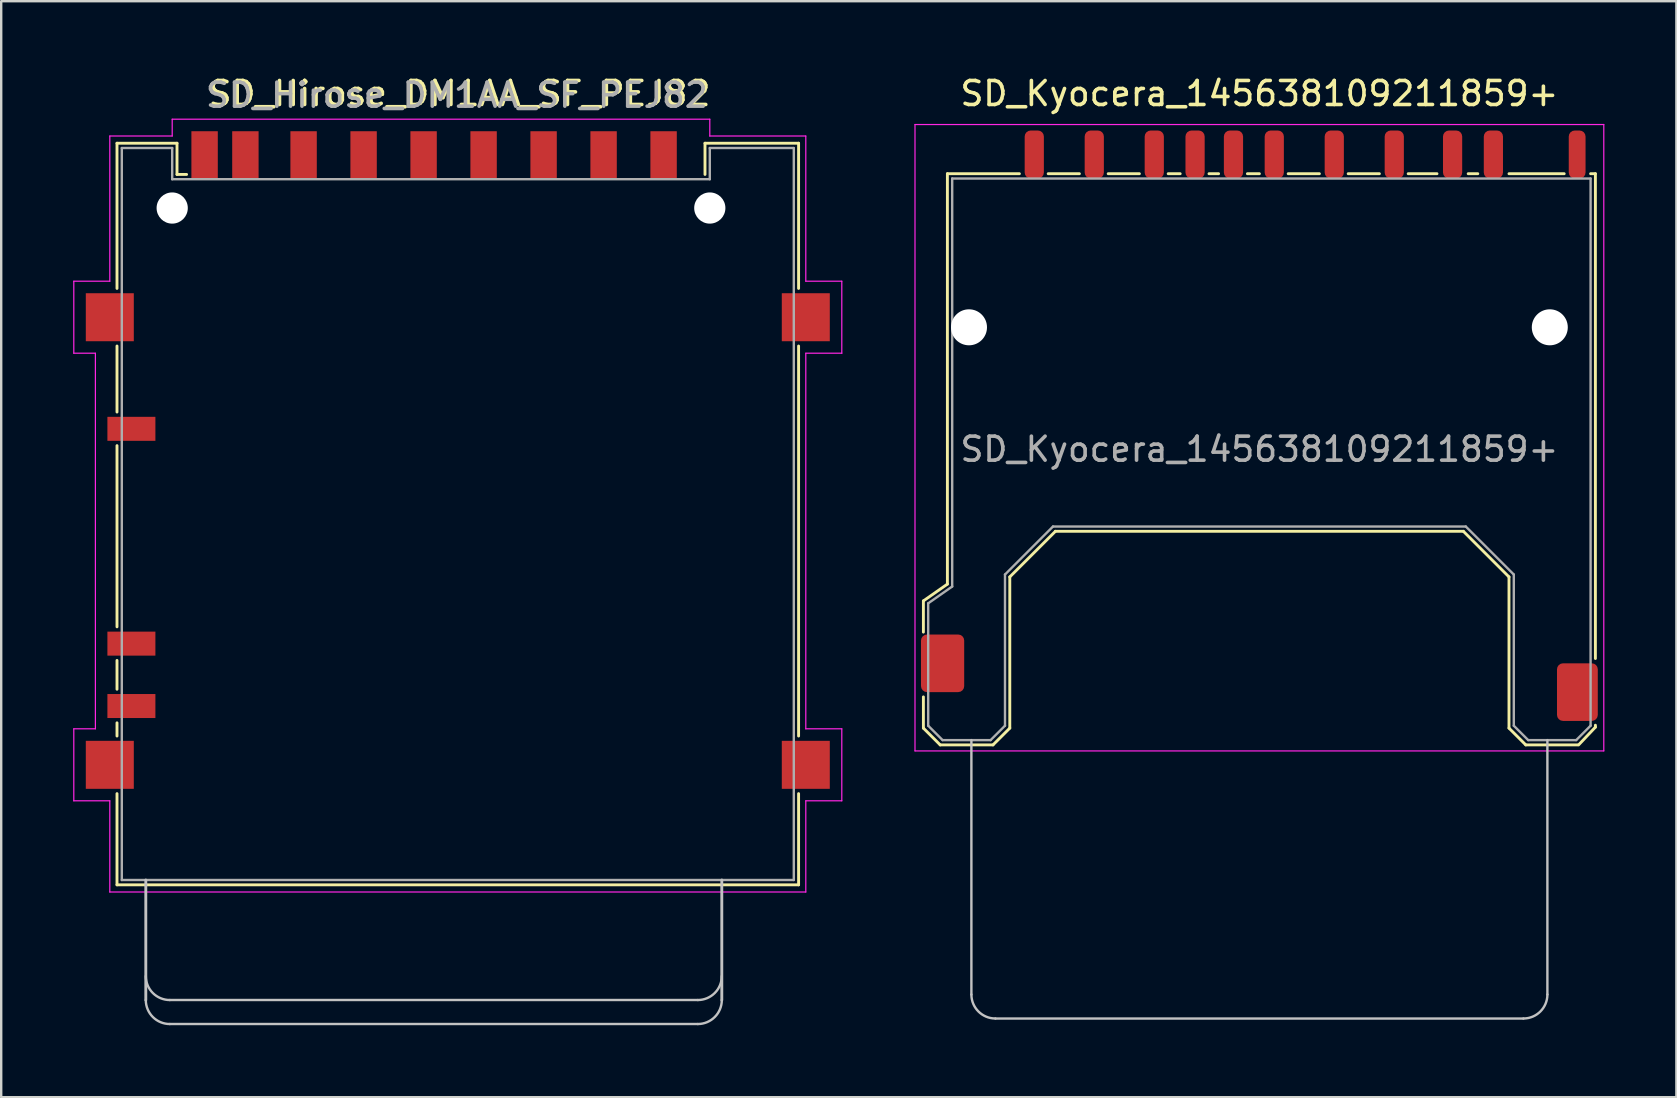
<source format=kicad_pcb>
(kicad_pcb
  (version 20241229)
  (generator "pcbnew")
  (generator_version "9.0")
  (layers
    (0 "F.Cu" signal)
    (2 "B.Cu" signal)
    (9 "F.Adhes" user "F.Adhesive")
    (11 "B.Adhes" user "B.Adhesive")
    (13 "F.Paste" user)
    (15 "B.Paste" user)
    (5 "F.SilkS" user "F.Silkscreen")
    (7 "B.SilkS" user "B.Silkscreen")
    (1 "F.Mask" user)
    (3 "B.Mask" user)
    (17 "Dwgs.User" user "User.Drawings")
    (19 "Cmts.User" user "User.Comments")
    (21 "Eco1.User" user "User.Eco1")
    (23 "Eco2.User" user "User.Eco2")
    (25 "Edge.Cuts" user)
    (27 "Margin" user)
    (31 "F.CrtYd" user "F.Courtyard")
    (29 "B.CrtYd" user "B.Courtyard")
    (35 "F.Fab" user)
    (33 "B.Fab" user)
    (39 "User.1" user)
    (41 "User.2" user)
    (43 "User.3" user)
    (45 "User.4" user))
  (footprint "SD_Hirose_DM1AA_SF_PEJ82"
    (layer "F.Cu")
    (at 16.025 18.368)
    (property "Reference" "SD_Hirose_DM1AA_SF_PEJ82" (at 0.07 -17.52 0) (layer "F.SilkS") (effects (font (size 1 1) (thickness 0.15))))
    (attr smd)
    (fp_line (start -14.2 -15.45) (end -11.7 -15.45) (stroke (width 0.12) (type solid)) (layer "F.SilkS"))
    (fp_line (start -14.2 -9.4) (end -14.2 -15.45) (stroke (width 0.12) (type solid)) (layer "F.SilkS"))
    (fp_line (start -14.2 -4.25) (end -14.2 -7) (stroke (width 0.12) (type solid)) (layer "F.SilkS"))
    (fp_line (start -14.2 4.7) (end -14.2 -2.85) (stroke (width 0.12) (type solid)) (layer "F.SilkS"))
    (fp_line (start -14.2 7.3) (end -14.2 6.1) (stroke (width 0.12) (type solid)) (layer "F.SilkS"))
    (fp_line (start -14.2 9.25) (end -14.2 8.7) (stroke (width 0.12) (type solid)) (layer "F.SilkS"))
    (fp_line (start -14.2 15.45) (end -14.2 11.65) (stroke (width 0.12) (type solid)) (layer "F.SilkS"))
    (fp_line (start -11.7 -15.45) (end -11.7 -14.15) (stroke (width 0.12) (type solid)) (layer "F.SilkS"))
    (fp_line (start -11.7 -14.15) (end -11.3 -14.15) (stroke (width 0.12) (type solid)) (layer "F.SilkS"))
    (fp_line (start 10.3 -15.45) (end 10.3 -14.15) (stroke (width 0.12) (type solid)) (layer "F.SilkS"))
    (fp_line (start 14.2 -15.45) (end 10.3 -15.45) (stroke (width 0.12) (type solid)) (layer "F.SilkS"))
    (fp_line (start 14.2 -15.45) (end 14.2 -9.4) (stroke (width 0.12) (type solid)) (layer "F.SilkS"))
    (fp_line (start 14.2 -7) (end 14.2 9.25) (stroke (width 0.12) (type solid)) (layer "F.SilkS"))
    (fp_line (start 14.2 11.65) (end 14.2 15.45) (stroke (width 0.12) (type solid)) (layer "F.SilkS"))
    (fp_line (start 14.2 15.45) (end -14.2 15.45) (stroke (width 0.12) (type solid)) (layer "F.SilkS"))
    (fp_line (start -13 20.25) (end -13 15.25) (stroke (width 0.12) (type solid)) (layer "Dwgs.User"))
    (fp_line (start 10 20.25) (end -12 20.25) (stroke (width 0.1) (type solid)) (layer "Dwgs.User"))
    (fp_line (start 10 21.25) (end -12 21.25) (stroke (width 0.1) (type solid)) (layer "Dwgs.User"))
    (fp_line (start 11 20.25) (end 11 15.25) (stroke (width 0.12) (type solid)) (layer "Dwgs.User"))
    (fp_arc (start -12 20.25) (mid -12.707107 19.957107) (end -13 19.25) (stroke (width 0.1) (type solid)) (layer "Dwgs.User"))
    (fp_arc (start -12 21.25) (mid -12.707107 20.957107) (end -13 20.25) (stroke (width 0.1) (type solid)) (layer "Dwgs.User"))
    (fp_arc (start 11 19.25) (mid 10.707107 19.957107) (end 10 20.25) (stroke (width 0.1) (type solid)) (layer "Dwgs.User"))
    (fp_arc (start 11 20.25) (mid 10.707107 20.957107) (end 10 21.25) (stroke (width 0.1) (type solid)) (layer "Dwgs.User"))
    (fp_line (start -16 -9.7) (end -16 -6.7) (stroke (width 0.05) (type solid)) (layer "F.CrtYd"))
    (fp_line (start -16 -6.7) (end -15.1 -6.7) (stroke (width 0.05) (type solid)) (layer "F.CrtYd"))
    (fp_line (start -16 8.95) (end -16 11.95) (stroke (width 0.05) (type solid)) (layer "F.CrtYd"))
    (fp_line (start -16 11.95) (end -14.5 11.95) (stroke (width 0.05) (type solid)) (layer "F.CrtYd"))
    (fp_line (start -15.1 -6.7) (end -15.1 8.95) (stroke (width 0.05) (type solid)) (layer "F.CrtYd"))
    (fp_line (start -15.1 8.95) (end -16 8.95) (stroke (width 0.05) (type solid)) (layer "F.CrtYd"))
    (fp_line (start -14.5 -15.75) (end -14.5 -9.7) (stroke (width 0.05) (type solid)) (layer "F.CrtYd"))
    (fp_line (start -14.5 -15.75) (end -11.9 -15.75) (stroke (width 0.05) (type solid)) (layer "F.CrtYd"))
    (fp_line (start -14.5 -9.7) (end -16 -9.7) (stroke (width 0.05) (type solid)) (layer "F.CrtYd"))
    (fp_line (start -14.5 11.95) (end -14.5 15.75) (stroke (width 0.05) (type solid)) (layer "F.CrtYd"))
    (fp_line (start -11.9 -16.45) (end 10.5 -16.45) (stroke (width 0.05) (type solid)) (layer "F.CrtYd"))
    (fp_line (start -11.9 -15.75) (end -11.9 -16.45) (stroke (width 0.05) (type solid)) (layer "F.CrtYd"))
    (fp_line (start 10.5 -16.45) (end 10.5 -15.75) (stroke (width 0.05) (type solid)) (layer "F.CrtYd"))
    (fp_line (start 10.5 -15.75) (end 14.5 -15.75) (stroke (width 0.05) (type solid)) (layer "F.CrtYd"))
    (fp_line (start 14.5 -15.75) (end 14.5 -9.7) (stroke (width 0.05) (type solid)) (layer "F.CrtYd"))
    (fp_line (start 14.5 -9.7) (end 16 -9.7) (stroke (width 0.05) (type solid)) (layer "F.CrtYd"))
    (fp_line (start 14.5 -6.7) (end 14.5 8.95) (stroke (width 0.05) (type solid)) (layer "F.CrtYd"))
    (fp_line (start 14.5 8.95) (end 16 8.95) (stroke (width 0.05) (type solid)) (layer "F.CrtYd"))
    (fp_line (start 14.5 11.95) (end 14.5 15.75) (stroke (width 0.05) (type solid)) (layer "F.CrtYd"))
    (fp_line (start 14.5 15.75) (end -14.5 15.75) (stroke (width 0.05) (type solid)) (layer "F.CrtYd"))
    (fp_line (start 16 -9.7) (end 16 -6.7) (stroke (width 0.05) (type solid)) (layer "F.CrtYd"))
    (fp_line (start 16 -6.7) (end 14.5 -6.7) (stroke (width 0.05) (type solid)) (layer "F.CrtYd"))
    (fp_line (start 16 8.95) (end 16 11.95) (stroke (width 0.05) (type solid)) (layer "F.CrtYd"))
    (fp_line (start 16 11.95) (end 14.5 11.95) (stroke (width 0.05) (type solid)) (layer "F.CrtYd"))
    (fp_line (start -14 -15.25) (end -14 15.25) (stroke (width 0.1) (type solid)) (layer "F.Fab"))
    (fp_line (start -14 -15.25) (end -11.9 -15.25) (stroke (width 0.1) (type solid)) (layer "F.Fab"))
    (fp_line (start -11.9 -13.95) (end -11.9 -15.25) (stroke (width 0.1) (type solid)) (layer "F.Fab"))
    (fp_line (start 10.5 -15.25) (end 10.5 -13.95) (stroke (width 0.1) (type solid)) (layer "F.Fab"))
    (fp_line (start 10.5 -13.95) (end -11.9 -13.95) (stroke (width 0.1) (type solid)) (layer "F.Fab"))
    (fp_line (start 14 -15.25) (end 10.5 -15.25) (stroke (width 0.1) (type solid)) (layer "F.Fab"))
    (fp_line (start 14 15.25) (end -14 15.25) (stroke (width 0.1) (type solid)) (layer "F.Fab"))
    (fp_line (start 14 15.25) (end 14 -15.25) (stroke (width 0.1) (type solid)) (layer "F.Fab"))
    (fp_text user "${REFERENCE}" (at -0.04 -17.45 0) (layer "F.Fab") (effects (font (size 1 1) (thickness 0.15))))
    (pad "" np_thru_hole circle (at -11.9 -12.75) (size 1.3 1.3) (drill 1.3) (layers "*.Cu" "*.Mask"))
    (pad "" np_thru_hole circle (at 10.5 -12.75) (size 1.3 1.3) (drill 1.3) (layers "*.Cu" "*.Mask"))
    (pad "1" smd rect (at 6.075 -14.95) (size 1.1 2) (layers "F.Cu" "F.Mask" "F.Paste"))
    (pad "2" smd rect (at 3.575 -14.95) (size 1.1 2) (layers "F.Cu" "F.Mask" "F.Paste"))
    (pad "3" smd rect (at 1.075 -14.95) (size 1.1 2) (layers "F.Cu" "F.Mask" "F.Paste"))
    (pad "4" smd rect (at -1.425 -14.95) (size 1.1 2) (layers "F.Cu" "F.Mask" "F.Paste"))
    (pad "5" smd rect (at -3.925 -14.95) (size 1.1 2) (layers "F.Cu" "F.Mask" "F.Paste"))
    (pad "6" smd rect (at -6.425 -14.95) (size 1.1 2) (layers "F.Cu" "F.Mask" "F.Paste"))
    (pad "7" smd rect (at -8.85 -14.95) (size 1.1 2) (layers "F.Cu" "F.Mask" "F.Paste"))
    (pad "8" smd rect (at -10.55 -14.95) (size 1.1 2) (layers "F.Cu" "F.Mask" "F.Paste"))
    (pad "9" smd rect (at 8.575 -14.95) (size 1.1 2) (layers "F.Cu" "F.Mask" "F.Paste"))
    (pad "CP" smd rect (at -13.6 -3.55) (size 2 1) (layers "F.Cu" "F.Mask" "F.Paste"))
    (pad "SH" smd rect (at -14.5 -8.2) (size 2 2) (layers "F.Cu" "F.Mask" "F.Paste"))
    (pad "SH" smd rect (at -14.5 10.45) (size 2 2) (layers "F.Cu" "F.Mask" "F.Paste"))
    (pad "SH" smd rect (at 14.5 -8.2) (size 2 2) (layers "F.Cu" "F.Mask" "F.Paste"))
    (pad "SH" smd rect (at 14.5 10.45) (size 2 2) (layers "F.Cu" "F.Mask" "F.Paste"))
    (pad "SW" smd rect (at -13.6 8) (size 2 1) (layers "F.Cu" "F.Mask" "F.Paste"))
    (pad "WP" smd rect (at -13.6 5.4) (size 2 1) (layers "F.Cu" "F.Mask" "F.Paste")))
  (footprint "SD_Kyocera_145638109211859+"
    (layer "F.Cu")
    (at 49.425 15.888)
    (property "Reference" "SD_Kyocera_145638109211859+" (at 0 -15.04 180) (layer "F.SilkS") (effects (font (size 1 1) (thickness 0.15))))
    (attr smd)
    (fp_line (start -14 6.1) (end -14 7.4) (stroke (width 0.12) (type solid)) (layer "F.SilkS"))
    (fp_line (start -14 6.1) (end -13 5.4) (stroke (width 0.12) (type solid)) (layer "F.SilkS"))
    (fp_line (start -14 10.1) (end -14 11.4) (stroke (width 0.12) (type solid)) (layer "F.SilkS"))
    (fp_line (start -13.3 12.1) (end -14 11.4) (stroke (width 0.12) (type solid)) (layer "F.SilkS"))
    (fp_line (start -13.3 12.1) (end -11.1 12.1) (stroke (width 0.12) (type solid)) (layer "F.SilkS"))
    (fp_line (start -13 -11.7) (end -10 -11.7) (stroke (width 0.12) (type solid)) (layer "F.SilkS"))
    (fp_line (start -13 5.4) (end -13 -11.7) (stroke (width 0.12) (type solid)) (layer "F.SilkS"))
    (fp_line (start -10.4 11.4) (end -11.1 12.1) (stroke (width 0.12) (type solid)) (layer "F.SilkS"))
    (fp_line (start -10.4 11.4) (end -10.4 5.1) (stroke (width 0.12) (type solid)) (layer "F.SilkS"))
    (fp_line (start -8.8 -11.7) (end -7.5 -11.7) (stroke (width 0.12) (type solid)) (layer "F.SilkS"))
    (fp_line (start -8.5 3.2) (end -10.4 5.1) (stroke (width 0.12) (type solid)) (layer "F.SilkS"))
    (fp_line (start -6.3 -11.7) (end -5 -11.7) (stroke (width 0.12) (type solid)) (layer "F.SilkS"))
    (fp_line (start -3.8 -11.7) (end -3.3 -11.7) (stroke (width 0.12) (type solid)) (layer "F.SilkS"))
    (fp_line (start -2.1 -11.7) (end -1.7 -11.7) (stroke (width 0.12) (type solid)) (layer "F.SilkS"))
    (fp_line (start -0.5 -11.7) (end 0 -11.7) (stroke (width 0.12) (type solid)) (layer "F.SilkS"))
    (fp_line (start 1.2 -11.7) (end 2.5 -11.7) (stroke (width 0.12) (type solid)) (layer "F.SilkS"))
    (fp_line (start 3.7 -11.7) (end 5 -11.7) (stroke (width 0.12) (type solid)) (layer "F.SilkS"))
    (fp_line (start 6.2 -11.7) (end 7.4 -11.7) (stroke (width 0.12) (type solid)) (layer "F.SilkS"))
    (fp_line (start 8.5 3.2) (end -8.5 3.2) (stroke (width 0.12) (type solid)) (layer "F.SilkS"))
    (fp_line (start 8.5 3.2) (end 10.4 5.1) (stroke (width 0.12) (type solid)) (layer "F.SilkS"))
    (fp_line (start 8.7 -11.7) (end 9.1 -11.7) (stroke (width 0.12) (type solid)) (layer "F.SilkS"))
    (fp_line (start 10.4 -11.7) (end 12.7 -11.7) (stroke (width 0.12) (type solid)) (layer "F.SilkS"))
    (fp_line (start 10.4 11.4) (end 10.4 5.1) (stroke (width 0.12) (type solid)) (layer "F.SilkS"))
    (fp_line (start 10.4 11.4) (end 11.1 12.1) (stroke (width 0.12) (type solid)) (layer "F.SilkS"))
    (fp_line (start 13.26 12.1) (end 11.1 12.1) (stroke (width 0.12) (type solid)) (layer "F.SilkS"))
    (fp_line (start 13.3 12.1) (end 14 11.36) (stroke (width 0.12) (type solid)) (layer "F.SilkS"))
    (fp_line (start 13.8 -11.7) (end 14 -11.7) (stroke (width 0.12) (type solid)) (layer "F.SilkS"))
    (fp_line (start 14 -11.7) (end 14 8.5) (stroke (width 0.12) (type solid)) (layer "F.SilkS"))
    (fp_line (start 14 11.28) (end 14 11.36) (stroke (width 0.12) (type solid)) (layer "F.SilkS"))
    (fp_line (start -12 22.5) (end -12 11.9) (stroke (width 0.1) (type solid)) (layer "Dwgs.User"))
    (fp_line (start 11 23.5) (end -11 23.5) (stroke (width 0.1) (type solid)) (layer "Dwgs.User"))
    (fp_line (start 12 11.9) (end 12 22.5) (stroke (width 0.1) (type solid)) (layer "Dwgs.User"))
    (fp_arc (start -11 23.5) (mid -11.707107 23.207107) (end -12 22.5) (stroke (width 0.1) (type solid)) (layer "Dwgs.User"))
    (fp_arc (start 12 22.5) (mid 11.707107 23.207107) (end 11 23.5) (stroke (width 0.1) (type solid)) (layer "Dwgs.User"))
    (fp_line (start -14.35 -13.75) (end 14.35 -13.75) (stroke (width 0.05) (type solid)) (layer "F.CrtYd"))
    (fp_line (start -14.35 12.35) (end -14.35 -13.75) (stroke (width 0.05) (type solid)) (layer "F.CrtYd"))
    (fp_line (start 14.35 -13.75) (end 14.35 12.35) (stroke (width 0.05) (type solid)) (layer "F.CrtYd"))
    (fp_line (start 14.35 12.35) (end -14.35 12.35) (stroke (width 0.05) (type solid)) (layer "F.CrtYd"))
    (fp_line (start -13.8 6.2) (end -12.8 5.5) (stroke (width 0.1) (type solid)) (layer "F.Fab"))
    (fp_line (start -13.8 11.3) (end -13.8 6.2) (stroke (width 0.1) (type solid)) (layer "F.Fab"))
    (fp_line (start -13.8 11.3) (end -13.2 11.9) (stroke (width 0.1) (type solid)) (layer "F.Fab"))
    (fp_line (start -12.8 -11.5) (end 13.8 -11.5) (stroke (width 0.1) (type solid)) (layer "F.Fab"))
    (fp_line (start -12.8 5.5) (end -12.8 -11.5) (stroke (width 0.1) (type solid)) (layer "F.Fab"))
    (fp_line (start -11.2 11.9) (end -13.2 11.9) (stroke (width 0.1) (type solid)) (layer "F.Fab"))
    (fp_line (start -11.2 11.9) (end -10.6 11.3) (stroke (width 0.1) (type solid)) (layer "F.Fab"))
    (fp_line (start -10.6 5) (end -10.6 11.3) (stroke (width 0.1) (type solid)) (layer "F.Fab"))
    (fp_line (start -10.6 5) (end -8.6 3) (stroke (width 0.1) (type solid)) (layer "F.Fab"))
    (fp_line (start 8.6 3) (end -8.6 3) (stroke (width 0.1) (type solid)) (layer "F.Fab"))
    (fp_line (start 8.6 3) (end 10.6 5) (stroke (width 0.1) (type solid)) (layer "F.Fab"))
    (fp_line (start 10.6 11.3) (end 10.6 5) (stroke (width 0.1) (type solid)) (layer "F.Fab"))
    (fp_line (start 10.6 11.3) (end 11.2 11.9) (stroke (width 0.1) (type solid)) (layer "F.Fab"))
    (fp_line (start 13.2 11.9) (end 11.2 11.9) (stroke (width 0.1) (type solid)) (layer "F.Fab"))
    (fp_line (start 13.2 11.9) (end 13.8 11.3) (stroke (width 0.1) (type solid)) (layer "F.Fab"))
    (fp_line (start 13.8 -11.5) (end 13.8 11.3) (stroke (width 0.1) (type solid)) (layer "F.Fab"))
    (fp_text user "${REFERENCE}" (at 0 -0.22 180) (layer "F.Fab") (effects (font (size 1 1) (thickness 0.15))))
    (pad "" np_thru_hole circle (at -12.1 -5.3 180) (size 1.5 1.5) (drill 1.5) (layers "*.Cu" "*.Mask"))
    (pad "" np_thru_hole circle (at 12.1 -5.3 180) (size 1.5 1.5) (drill 1.5) (layers "*.Cu" "*.Mask"))
    (pad "1" smd roundrect (at -6.88 -12.5) (size 0.8 2) (layers "F.Cu" "F.Mask" "F.Paste") (roundrect_rratio 0.313))
    (pad "2" smd roundrect (at -4.38 -12.5) (size 0.8 2) (layers "F.Cu" "F.Mask" "F.Paste") (roundrect_rratio 0.313))
    (pad "3" smd roundrect (at -1.08 -12.5) (size 0.8 2) (layers "F.Cu" "F.Mask" "F.Paste") (roundrect_rratio 0.313))
    (pad "4" smd roundrect (at 0.62 -12.5) (size 0.8 2) (layers "F.Cu" "F.Mask" "F.Paste") (roundrect_rratio 0.313))
    (pad "5" smd roundrect (at 3.12 -12.5) (size 0.8 2) (layers "F.Cu" "F.Mask" "F.Paste") (roundrect_rratio 0.313))
    (pad "6" smd roundrect (at 5.62 -12.5) (size 0.8 2) (layers "F.Cu" "F.Mask" "F.Paste") (roundrect_rratio 0.313))
    (pad "7" smd roundrect (at 8.05 -12.5) (size 0.8 2) (layers "F.Cu" "F.Mask" "F.Paste") (roundrect_rratio 0.313))
    (pad "8" smd roundrect (at 9.75 -12.5) (size 0.8 2) (layers "F.Cu" "F.Mask" "F.Paste") (roundrect_rratio 0.313))
    (pad "9" smd roundrect (at -9.38 -12.5) (size 0.8 2) (layers "F.Cu" "F.Mask" "F.Paste") (roundrect_rratio 0.313))
    (pad "10" smd roundrect (at -2.68 -12.5) (size 0.8 2) (layers "F.Cu" "F.Mask" "F.Paste") (roundrect_rratio 0.313))
    (pad "11" smd roundrect (at 13.24 -12.5) (size 0.7 2) (layers "F.Cu" "F.Mask" "F.Paste") (roundrect_rratio 0.357))
    (pad "12" smd roundrect (at 13.25 9.9) (size 1.7 2.4) (layers "F.Cu" "F.Mask" "F.Paste") (roundrect_rratio 0.147))
    (pad "13" smd roundrect (at -13.2 8.7) (size 1.8 2.4) (layers "F.Cu" "F.Mask" "F.Paste") (roundrect_rratio 0.139)))
  (gr_rect
    (start -3 -3)
    (end 66.8 42.668)
    (stroke (width 0.1) (type default))
    (fill no)
    (layer "Edge.Cuts")))
</source>
